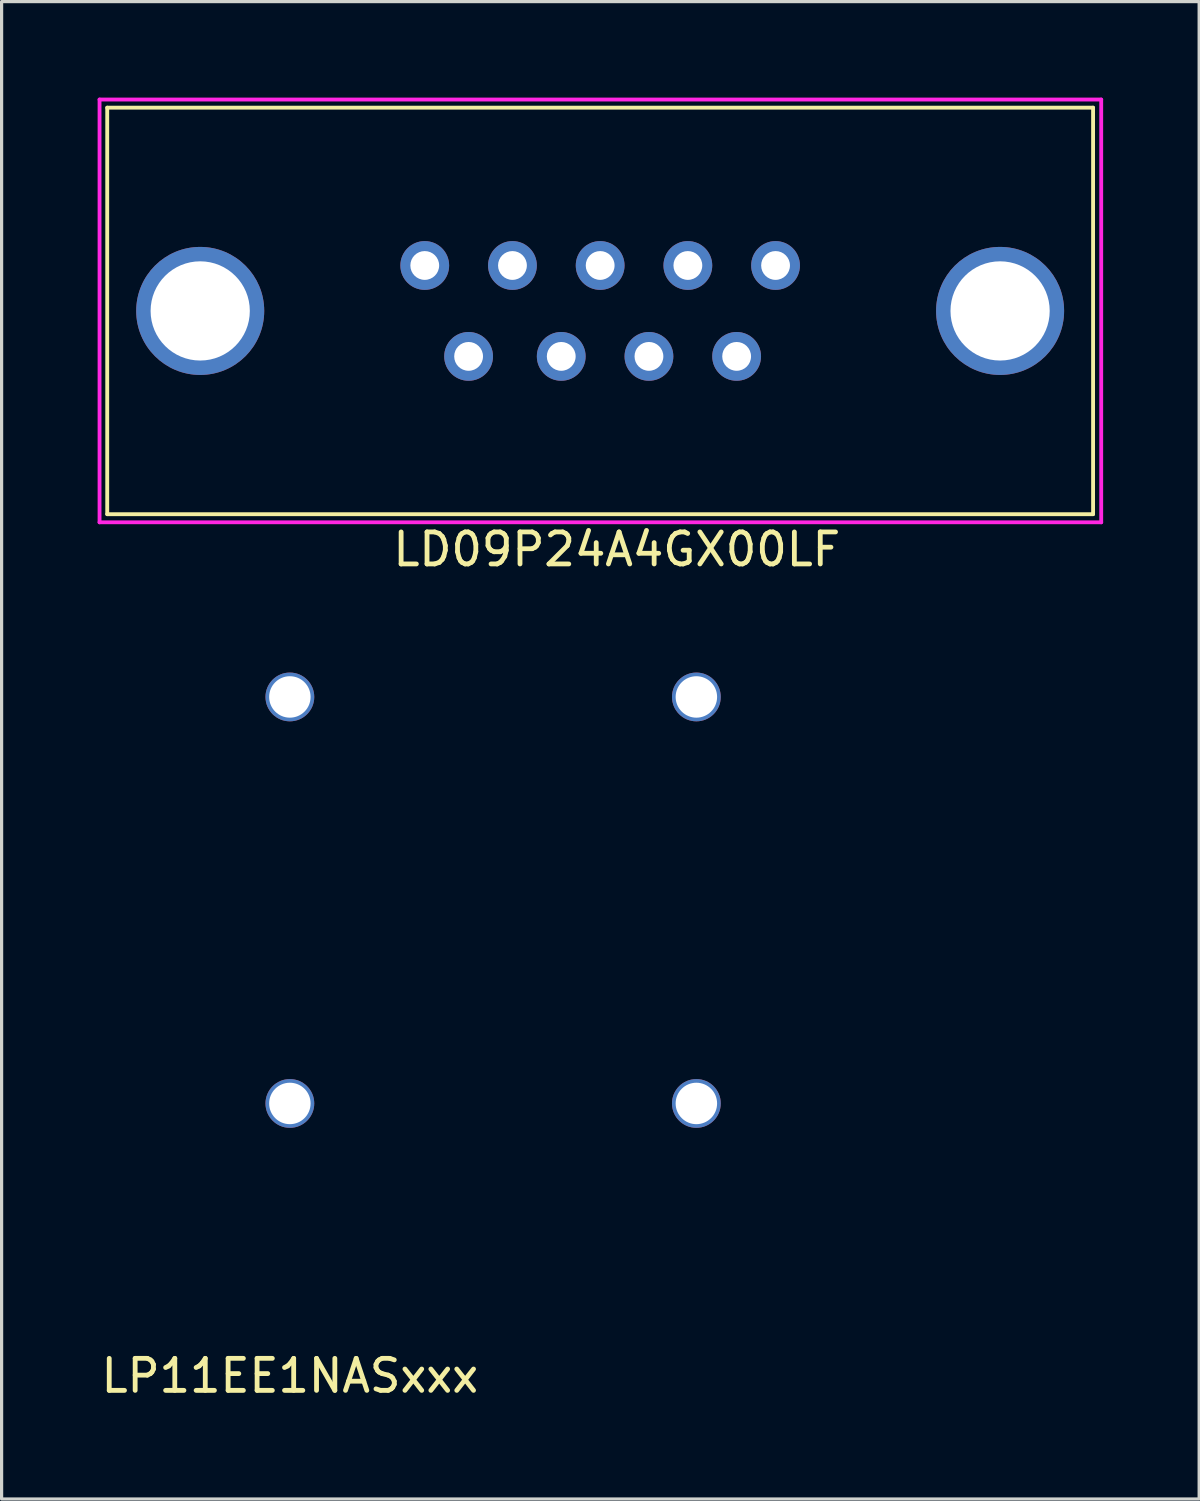
<source format=kicad_pcb>
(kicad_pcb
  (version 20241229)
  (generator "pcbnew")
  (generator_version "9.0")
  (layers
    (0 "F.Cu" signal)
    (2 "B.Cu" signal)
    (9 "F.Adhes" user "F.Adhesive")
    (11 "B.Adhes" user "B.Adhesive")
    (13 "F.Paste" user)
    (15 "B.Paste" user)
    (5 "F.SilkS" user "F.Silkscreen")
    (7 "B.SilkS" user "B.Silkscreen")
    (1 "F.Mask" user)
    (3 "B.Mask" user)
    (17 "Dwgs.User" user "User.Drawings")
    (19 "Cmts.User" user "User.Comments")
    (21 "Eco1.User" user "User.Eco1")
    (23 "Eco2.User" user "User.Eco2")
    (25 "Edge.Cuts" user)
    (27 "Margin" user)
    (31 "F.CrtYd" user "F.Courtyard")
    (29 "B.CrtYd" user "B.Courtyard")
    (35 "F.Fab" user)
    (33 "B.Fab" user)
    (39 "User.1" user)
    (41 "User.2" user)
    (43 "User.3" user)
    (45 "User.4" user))
  (footprint "LD09P24A4GX00LF"
    (layer "F.Cu")
    (at 10.22 6.664)
    (property "Reference" "LD09P24A4GX00LF" (at 6 7.45 0) (layer "F.SilkS") (effects (font (size 1 1) (thickness 0.15))))
    (attr through_hole)
    (fp_line (start -9.92 -6.35) (end -9.92 6.35) (stroke (width 0.12) (type solid)) (layer "F.SilkS"))
    (fp_line (start -9.92 -6.35) (end 20.88 -6.35) (stroke (width 0.12) (type solid)) (layer "F.SilkS"))
    (fp_line (start 20.88 6.35) (end -9.92 6.35) (stroke (width 0.12) (type solid)) (layer "F.SilkS"))
    (fp_line (start 20.88 6.35) (end 20.88 -6.35) (stroke (width 0.12) (type solid)) (layer "F.SilkS"))
    (fp_line (start -10.16 -6.604) (end -10.16 6.604) (stroke (width 0.12) (type solid)) (layer "F.CrtYd"))
    (fp_line (start -10.16 -6.604) (end 21.134 -6.604) (stroke (width 0.12) (type solid)) (layer "F.CrtYd"))
    (fp_line (start 21.134 6.604) (end -10.16 6.604) (stroke (width 0.12) (type solid)) (layer "F.CrtYd"))
    (fp_line (start 21.134 6.604) (end 21.134 -6.604) (stroke (width 0.12) (type solid)) (layer "F.CrtYd"))
    (pad "1" thru_hole circle (at 0 -1.42) (size 1.524 1.524) (drill 0.9) (layers "*.Cu" "*.Mask"))
    (pad "2" thru_hole circle (at 2.74 -1.42) (size 1.524 1.524) (drill 0.9) (layers "*.Cu" "*.Mask"))
    (pad "3" thru_hole circle (at 5.48 -1.42) (size 1.524 1.524) (drill 0.9) (layers "*.Cu" "*.Mask"))
    (pad "4" thru_hole circle (at 8.22 -1.42) (size 1.524 1.524) (drill 0.9) (layers "*.Cu" "*.Mask"))
    (pad "5" thru_hole circle (at 10.96 -1.42) (size 1.524 1.524) (drill 0.9) (layers "*.Cu" "*.Mask"))
    (pad "6" thru_hole circle (at 1.37 1.42) (size 1.524 1.524) (drill 0.9) (layers "*.Cu" "*.Mask"))
    (pad "7" thru_hole circle (at 4.264 1.42) (size 1.524 1.524) (drill 0.9) (layers "*.Cu" "*.Mask"))
    (pad "8" thru_hole circle (at 7.004 1.42) (size 1.524 1.524) (drill 0.9) (layers "*.Cu" "*.Mask"))
    (pad "9" thru_hole circle (at 9.744 1.42) (size 1.524 1.524) (drill 0.9) (layers "*.Cu" "*.Mask"))
    (pad "~" thru_hole circle (at -7.015 0) (size 4 4) (drill 3.1) (layers "*.Cu" "*.Mask"))
    (pad "~" thru_hole circle (at 17.975 0) (size 4 4) (drill 3.1) (layers "*.Cu" "*.Mask")))
  (footprint "LP11EE1NASxxx"
    (layer "F.Cu")
    (at 6.006 31.424)
    (property "Reference" "LP11EE1NASxxx" (at 0 8.509 0) (layer "F.SilkS") (effects (font (size 1 1) (thickness 0.15))))
    (attr through_hole)
    (pad "" np_thru_hole circle (at 0 -12.7) (size 1.524 1.524) (drill 1.295) (layers "*.Cu" "*.Mask"))
    (pad "" np_thru_hole circle (at 0 0) (size 1.524 1.524) (drill 1.295) (layers "*.Cu" "*.Mask"))
    (pad "" np_thru_hole circle (at 12.7 -12.7) (size 1.524 1.524) (drill 1.295) (layers "*.Cu" "*.Mask"))
    (pad "" np_thru_hole circle (at 12.7 0) (size 1.524 1.524) (drill 1.295) (layers "*.Cu" "*.Mask")))
  (gr_rect
    (start -3 -3)
    (end 34.414 43.782)
    (stroke (width 0.1) (type default))
    (fill no)
    (layer "Edge.Cuts")))
</source>
